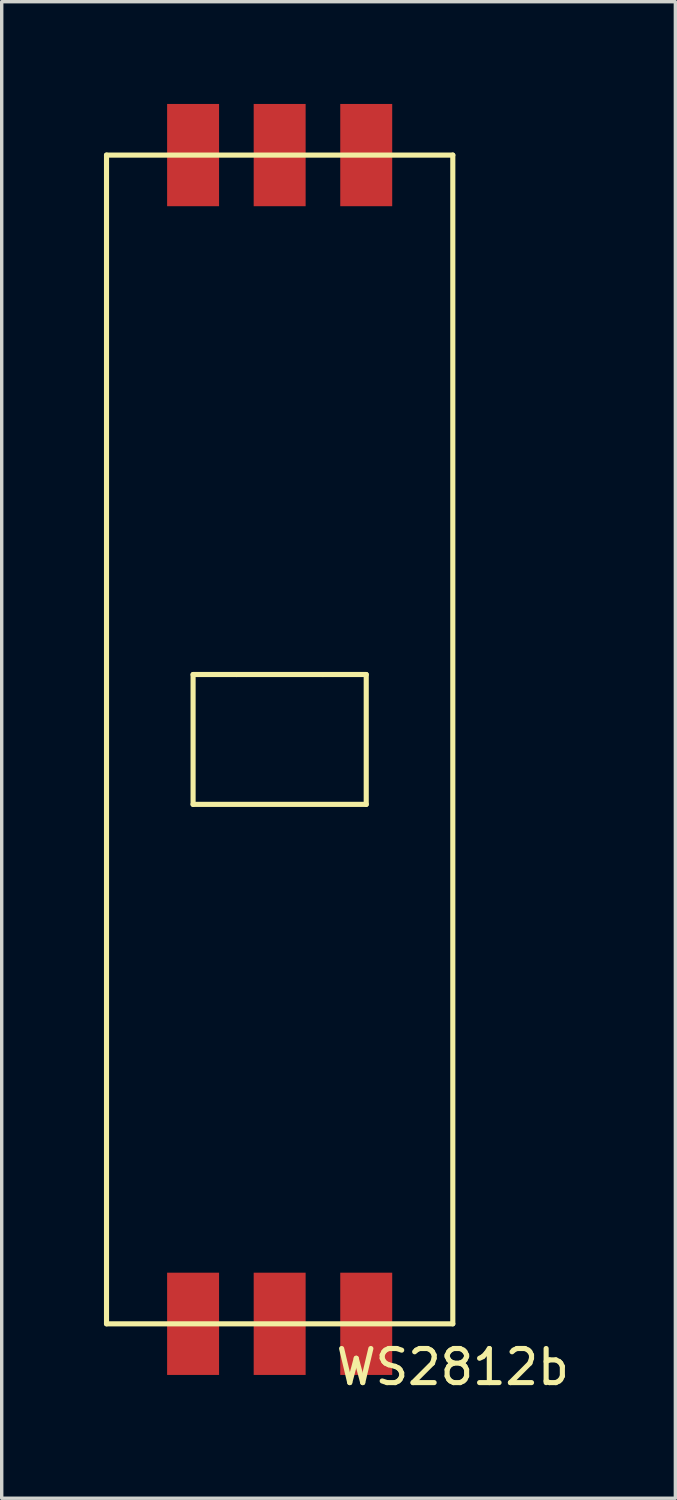
<source format=kicad_pcb>
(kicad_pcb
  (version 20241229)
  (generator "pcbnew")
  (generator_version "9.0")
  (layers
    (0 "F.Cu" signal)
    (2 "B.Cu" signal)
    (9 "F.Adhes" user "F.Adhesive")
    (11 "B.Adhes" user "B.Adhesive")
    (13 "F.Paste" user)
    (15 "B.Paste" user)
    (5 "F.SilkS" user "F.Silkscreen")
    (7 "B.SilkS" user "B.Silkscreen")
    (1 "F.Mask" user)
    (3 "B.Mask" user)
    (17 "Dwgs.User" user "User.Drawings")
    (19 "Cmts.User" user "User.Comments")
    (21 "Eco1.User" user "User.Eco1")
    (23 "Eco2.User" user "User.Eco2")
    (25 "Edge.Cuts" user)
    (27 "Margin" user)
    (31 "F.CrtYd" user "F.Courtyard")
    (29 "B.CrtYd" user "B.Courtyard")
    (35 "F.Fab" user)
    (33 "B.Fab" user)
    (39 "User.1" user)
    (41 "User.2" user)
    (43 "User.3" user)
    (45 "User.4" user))
  (footprint "WS2812b"
    (layer "F.Cu")
    (at 5.155 19.28)
    (property "Reference" "WS2812b" (at 5.08 17.78 0) (layer "F.SilkS") (effects (font (size 1 1) (thickness 0.15))))
    (attr through_hole)
    (fp_line (start -5.08 -17.78) (end 5.08 -17.78) (stroke (width 0.15) (type solid)) (layer "F.SilkS"))
    (fp_line (start -5.08 16.51) (end -5.08 -17.78) (stroke (width 0.15) (type solid)) (layer "F.SilkS"))
    (fp_line (start -2.54 -2.54) (end -1.27 -2.54) (stroke (width 0.15) (type solid)) (layer "F.SilkS"))
    (fp_line (start -2.54 1.27) (end -2.54 -2.54) (stroke (width 0.15) (type solid)) (layer "F.SilkS"))
    (fp_line (start -1.27 -2.54) (end 1.27 -2.54) (stroke (width 0.15) (type solid)) (layer "F.SilkS"))
    (fp_line (start 1.27 -2.54) (end 2.54 -2.54) (stroke (width 0.15) (type solid)) (layer "F.SilkS"))
    (fp_line (start 2.54 -2.54) (end 2.54 1.27) (stroke (width 0.15) (type solid)) (layer "F.SilkS"))
    (fp_line (start 2.54 1.27) (end -2.54 1.27) (stroke (width 0.15) (type solid)) (layer "F.SilkS"))
    (fp_line (start 5.08 -17.78) (end 5.08 16.51) (stroke (width 0.15) (type solid)) (layer "F.SilkS"))
    (fp_line (start 5.08 16.51) (end -5.08 16.51) (stroke (width 0.15) (type solid)) (layer "F.SilkS"))
    (pad "1" smd rect (at -2.54 16.51) (size 1.524 3) (layers "F.Cu" "F.Mask" "F.Paste"))
    (pad "2" smd rect (at 0 16.51) (size 1.524 3) (layers "F.Cu" "F.Mask" "F.Paste"))
    (pad "3" smd rect (at 2.54 16.51) (size 1.524 3) (layers "F.Cu" "F.Mask" "F.Paste"))
    (pad "4" smd rect (at 2.54 -17.78) (size 1.524 3) (layers "F.Cu" "F.Mask" "F.Paste"))
    (pad "5" smd rect (at 0 -17.78) (size 1.524 3) (layers "F.Cu" "F.Mask" "F.Paste"))
    (pad "6" smd rect (at -2.54 -17.78) (size 1.524 3) (layers "F.Cu" "F.Mask" "F.Paste")))
  (gr_rect
    (start -3 -3)
    (end 16.765 40.908)
    (stroke (width 0.1) (type default))
    (fill no)
    (layer "Edge.Cuts")))
</source>
